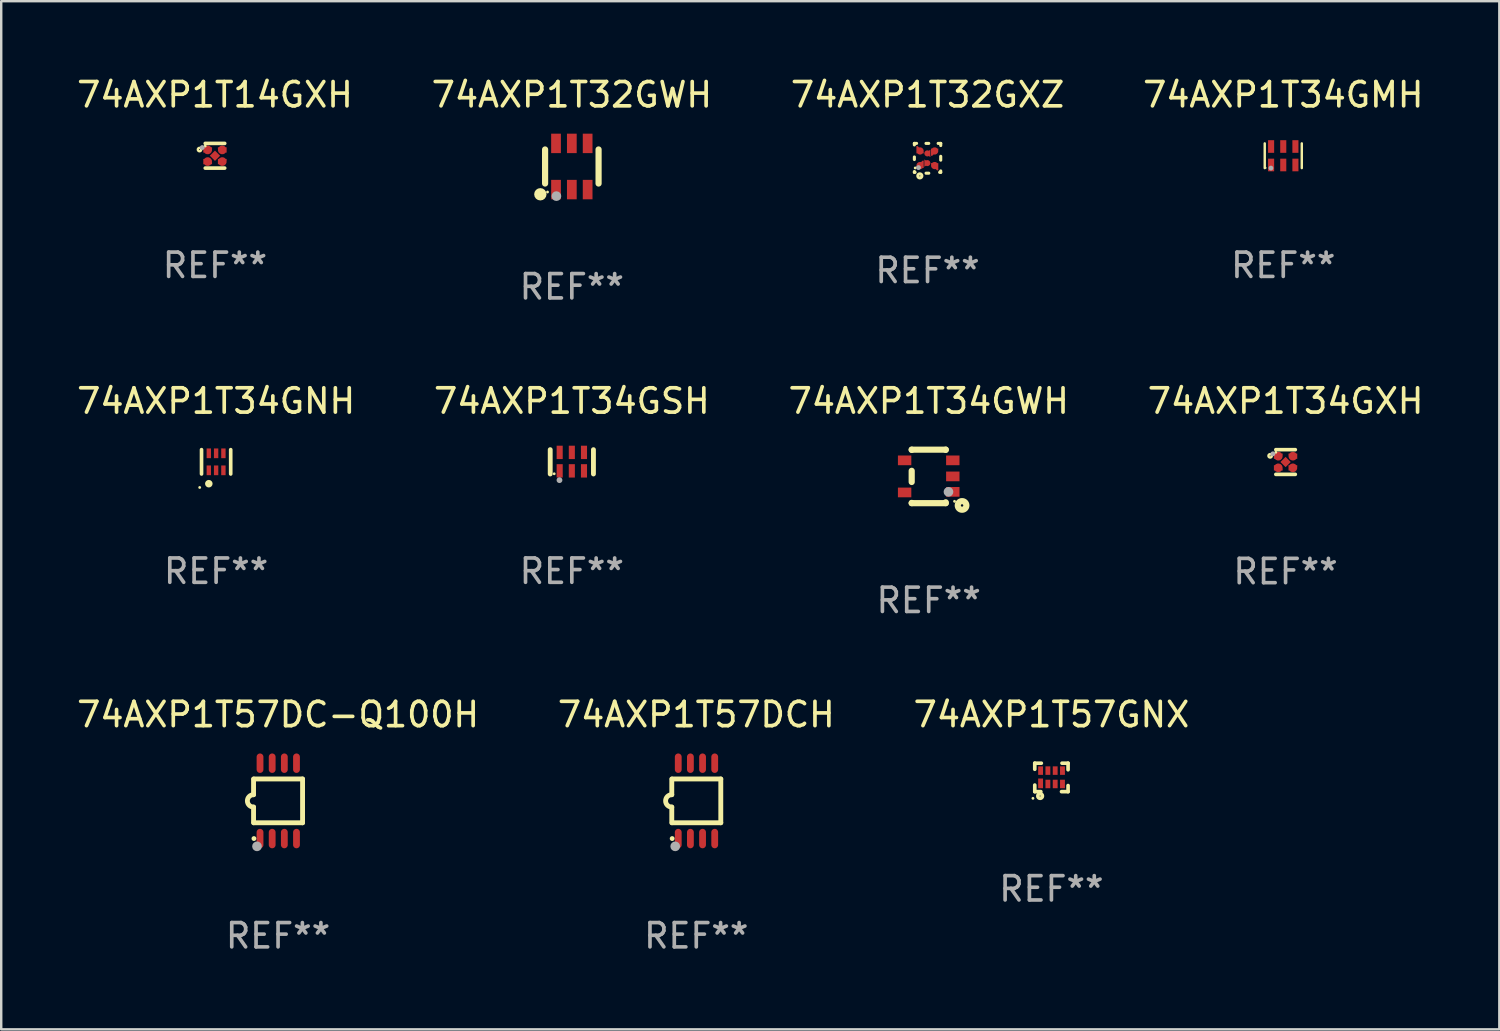
<source format=kicad_pcb>
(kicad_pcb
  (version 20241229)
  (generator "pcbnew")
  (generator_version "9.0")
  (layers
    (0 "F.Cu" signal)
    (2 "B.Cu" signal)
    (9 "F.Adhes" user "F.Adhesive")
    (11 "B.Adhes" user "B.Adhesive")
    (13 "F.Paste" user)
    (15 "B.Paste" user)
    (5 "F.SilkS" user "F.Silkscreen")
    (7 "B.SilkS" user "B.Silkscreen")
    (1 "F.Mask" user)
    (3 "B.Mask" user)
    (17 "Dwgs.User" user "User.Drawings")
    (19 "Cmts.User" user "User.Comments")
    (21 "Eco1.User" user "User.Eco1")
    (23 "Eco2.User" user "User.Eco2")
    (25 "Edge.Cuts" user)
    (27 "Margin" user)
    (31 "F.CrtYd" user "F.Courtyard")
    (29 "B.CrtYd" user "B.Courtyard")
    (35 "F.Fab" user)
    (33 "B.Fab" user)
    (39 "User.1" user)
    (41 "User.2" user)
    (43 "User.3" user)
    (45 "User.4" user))
  (footprint "74AXP1T34GMH"
    (layer "F.Cu")
    (at 49.732 3.356)
    (property "Reference" "74AXP1T34GMH" (at 0 -2.508 0) (layer "F.SilkS") (effects (font (size 1 1) (thickness 0.15))))
    (attr through_hole)
    (fp_line (start -0.762 -0.508) (end -0.762 0.508) (stroke (width 0.1) (type solid)) (layer "F.SilkS"))
    (fp_line (start 0.762 -0.508) (end 0.762 0.508) (stroke (width 0.1) (type solid)) (layer "F.SilkS"))
    (fp_circle (center -0.725 0.5) (end -0.705 0.5) (stroke (width 0.04) (type solid)) (fill no) (layer "F.SilkS"))
    (fp_circle (center -0.508 0.508) (end -0.458 0.508) (stroke (width 0.1) (type solid)) (fill no) (layer "F.Fab"))
    (fp_text user "REF**" (at 0 4.508 0) (layer "F.Fab") (effects (font (size 1 1) (thickness 0.15))))
    (pad "1" smd rect (at -0.5 0.38) (size 0.25 0.52) (layers "F.Cu" "F.Mask" "F.Paste"))
    (pad "2" smd rect (at -0.000127 0.38) (size 0.25 0.52) (layers "F.Cu" "F.Mask" "F.Paste"))
    (pad "3" smd rect (at 0.5 0.38) (size 0.25 0.52) (layers "F.Cu" "F.Mask" "F.Paste"))
    (pad "4" smd rect (at 0.5 -0.38 180) (size 0.25 0.52) (layers "F.Cu" "F.Mask" "F.Paste"))
    (pad "5" smd rect (at -0.000127 -0.38 180) (size 0.25 0.52) (layers "F.Cu" "F.Mask" "F.Paste"))
    (pad "6" smd rect (at -0.5 -0.38 180) (size 0.25 0.52) (layers "F.Cu" "F.Mask" "F.Paste")))
  (footprint "74AXP1T34GNH"
    (layer "F.Cu")
    (at 5.839 15.945)
    (property "Reference" "74AXP1T34GNH" (at 0 -2.5 0) (layer "F.SilkS") (effects (font (size 1 1) (thickness 0.15))))
    (attr through_hole)
    (fp_line (start -0.6 -0.5) (end -0.6 0.5) (stroke (width 0.15) (type solid)) (layer "F.SilkS"))
    (fp_line (start 0.6 0.5) (end 0.6 -0.5) (stroke (width 0.15) (type solid)) (layer "F.SilkS"))
    (fp_circle (center -0.675 1.055) (end -0.645 1.055) (stroke (width 0.06) (type solid)) (fill no) (layer "F.SilkS"))
    (fp_circle (center -0.3 0.9) (end -0.22 0.9) (stroke (width 0.15) (type solid)) (fill no) (layer "F.SilkS"))
    (fp_text user "REF**" (at 0 4.5 0) (layer "F.Fab") (effects (font (size 1 1) (thickness 0.15))))
    (pad "1" smd rect (at -0.3 0.35) (size 0.18 0.4) (layers "F.Cu" "F.Mask" "F.Paste"))
    (pad "2" smd rect (at 0.000025 0.35) (size 0.18 0.4) (layers "F.Cu" "F.Mask" "F.Paste"))
    (pad "3" smd rect (at 0.3 0.35) (size 0.18 0.4) (layers "F.Cu" "F.Mask" "F.Paste"))
    (pad "4" smd rect (at 0.3 -0.35) (size 0.18 0.4) (layers "F.Cu" "F.Mask" "F.Paste"))
    (pad "5" smd rect (at 0.000025 -0.35) (size 0.18 0.4) (layers "F.Cu" "F.Mask" "F.Paste"))
    (pad "6" smd rect (at -0.3 -0.35) (size 0.18 0.4) (layers "F.Cu" "F.Mask" "F.Paste")))
  (footprint "74AXP1T32GXZ"
    (layer "F.Cu")
    (at 35.101 3.461)
    (property "Reference" "74AXP1T32GXZ" (at 0 -2.613 0) (layer "F.SilkS") (effects (font (size 1 1) (thickness 0.15))))
    (attr through_hole)
    (fp_line (start -0.542 -0.613) (end -0.451 -0.613) (stroke (width 0.127) (type solid)) (layer "F.SilkS"))
    (fp_line (start -0.542 -0.55) (end -0.542 -0.613) (stroke (width 0.127) (type solid)) (layer "F.SilkS"))
    (fp_line (start -0.542 0.05) (end -0.542 -0.055) (stroke (width 0.127) (type solid)) (layer "F.SilkS"))
    (fp_line (start -0.542 0.577) (end -0.542 0.545) (stroke (width 0.127) (type solid)) (layer "F.SilkS"))
    (fp_line (start -0.512 0.577) (end -0.542 0.577) (stroke (width 0.127) (type solid)) (layer "F.SilkS"))
    (fp_line (start -0.064 -0.613) (end 0.049 -0.613) (stroke (width 0.127) (type solid)) (layer "F.SilkS"))
    (fp_line (start -0.062 0.613) (end 0.051 0.613) (stroke (width 0.127) (type solid)) (layer "F.SilkS"))
    (fp_line (start 0.436 -0.613) (end 0.542 -0.613) (stroke (width 0.127) (type solid)) (layer "F.SilkS"))
    (fp_line (start 0.542 -0.613) (end 0.542 -0.524) (stroke (width 0.127) (type solid)) (layer "F.SilkS"))
    (fp_line (start 0.542 -0.081) (end 0.542 0.076) (stroke (width 0.127) (type solid)) (layer "F.SilkS"))
    (fp_line (start 0.542 0.519) (end 0.542 0.577) (stroke (width 0.127) (type solid)) (layer "F.SilkS"))
    (fp_line (start 0.542 0.577) (end 0.497 0.577) (stroke (width 0.127) (type solid)) (layer "F.SilkS"))
    (fp_circle (center -0.508 0.397) (end -0.478 0.397) (stroke (width 0.06) (type solid)) (fill no) (layer "F.SilkS"))
    (fp_circle (center -0.317 0.723) (end -0.296 0.723) (stroke (width 0.127) (type solid)) (fill no) (layer "F.SilkS"))
    (fp_circle (center -0.373 0.382) (end -0.322 0.382) (stroke (width 0.1) (type solid)) (fill no) (layer "F.Fab"))
    (fp_text user "REF**" (at 0 4.613 0) (layer "F.Fab") (effects (font (size 1 1) (thickness 0.15))))
    (pad "1" smd custom (at -0.308 0.298 90) (size 0.3 0.3) (layers "F.Cu" "F.Mask" "F.Paste") (options (anchor circle)) (primitives (gr_poly (pts (xy -0.1 0.15) (xy 0.2 0.15) (xy 0.2 0.1) (xy -0.05 -0.15) (xy -0.1 -0.15)) (width 0) (fill yes))))
    (pad "2" smd custom (at -0.008 0.197 90) (size 0.25 0.3) (layers "F.Cu" "F.Mask" "F.Paste") (options (anchor circle)) (primitives (gr_poly (pts (xy -0.15 -0.125) (xy 0.15 -0.125) (xy 0.000076 0.125)) (width 0) (fill yes))))
    (pad "3" smd custom (at 0.292 0.298 90) (size 0.3 0.3) (layers "F.Cu" "F.Mask" "F.Paste") (options (anchor circle)) (primitives (gr_poly (pts (xy 0.1 0.15) (xy 0.1 -0.15) (xy 0.05 -0.15) (xy -0.2 0.1) (xy -0.2 0.15)) (width 0) (fill yes))))
    (pad "4" smd custom (at 0.292 -0.302 90) (size 0.3 0.3) (layers "F.Cu" "F.Mask" "F.Paste") (options (anchor circle)) (primitives (gr_poly (pts (xy 0.1 -0.15) (xy -0.2 -0.15) (xy -0.2 -0.1) (xy 0.05 0.15) (xy 0.1 0.15)) (width 0) (fill yes))))
    (pad "5" smd custom (at -0.008 -0.202 90) (size 0.25 0.3) (layers "F.Cu" "F.Mask" "F.Paste") (options (anchor circle)) (primitives (gr_poly (pts (xy -0.15 0.125) (xy 0.15 0.125) (xy 0.000051 -0.125)) (width 0) (fill yes))))
    (pad "6" smd custom (at -0.308 -0.302 90) (size 0.3 0.3) (layers "F.Cu" "F.Mask" "F.Paste") (options (anchor circle)) (primitives (gr_poly (pts (xy -0.1 -0.15) (xy 0.2 -0.15) (xy 0.2 -0.1) (xy -0.05 0.15) (xy -0.1 0.15)) (width 0) (fill yes)))))
  (footprint "74AXP1T14GXH"
    (layer "F.Cu")
    (at 5.792 3.356)
    (property "Reference" "74AXP1T14GXH" (at 0 -2.508 0) (layer "F.SilkS") (effects (font (size 1 1) (thickness 0.15))))
    (attr through_hole)
    (fp_line (start 0.4 -0.508) (end -0.4 -0.508) (stroke (width 0.15) (type solid)) (layer "F.SilkS"))
    (fp_line (start 0.4 0.508) (end -0.4 0.508) (stroke (width 0.15) (type solid)) (layer "F.SilkS"))
    (fp_circle (center -0.635 -0.254) (end -0.615 -0.254) (stroke (width 0.1) (type solid)) (fill no) (layer "F.SilkS"))
    (fp_circle (center -0.401 -0.4) (end -0.371 -0.4) (stroke (width 0.06) (type solid)) (fill no) (layer "F.SilkS"))
    (fp_circle (center -0.523 -0.337) (end -0.473 -0.337) (stroke (width 0.1) (type solid)) (fill no) (layer "F.Fab"))
    (fp_text user "REF**" (at 0 4.508 0) (layer "F.Fab") (effects (font (size 1 1) (thickness 0.15))))
    (pad "1" smd custom (at -0.3 -0.24) (size 0.36 0.22) (layers "F.Cu" "F.Mask" "F.Paste") (options (anchor circle)) (primitives (gr_poly (pts (xy -0.18 -0.11) (xy -0.18 0.11) (xy 0.000127 0.11) (xy 0.18 -0.03) (xy 0.18 -0.11) (xy -0.18 -0.11)) (width 0) (fill yes))))
    (pad "2" smd custom (at -0.3 0.24) (size 0.36 0.22) (layers "F.Cu" "F.Mask" "F.Paste") (options (anchor circle)) (primitives (gr_poly (pts (xy -0.18 0.11) (xy -0.18 -0.11) (xy 0.000127 -0.11) (xy 0.18 0.03) (xy 0.18 0.11) (xy -0.18 0.11)) (width 0) (fill yes))))
    (pad "3" smd rect (at 0.000102 -0.000127 45) (size 0.3 0.3) (layers "F.Cu" "F.Mask" "F.Paste"))
    (pad "4" smd custom (at 0.3 0.24 180) (size 0.36 0.22) (layers "F.Cu" "F.Mask" "F.Paste") (options (anchor circle)) (primitives (gr_poly (pts (xy 0.18 0.11) (xy 0.18 -0.11) (xy -0.000178 -0.11) (xy -0.18 0.03) (xy -0.18 0.11) (xy 0.18 0.11)) (width 0) (fill yes))))
    (pad "5" smd custom (at 0.3 -0.24) (size 0.36 0.22) (layers "F.Cu" "F.Mask" "F.Paste") (options (anchor circle)) (primitives (gr_poly (pts (xy 0.18 -0.11) (xy 0.18 0.11) (xy -0.000152 0.11) (xy -0.18 -0.03) (xy -0.18 -0.11) (xy 0.18 -0.11)) (width 0) (fill yes)))))
  (footprint "74AXP1T57DCH"
    (layer "F.Cu")
    (at 25.589 29.891)
    (property "Reference" "74AXP1T57DCH" (at 0 -3.55 0) (layer "F.SilkS") (effects (font (size 1 1) (thickness 0.15))))
    (attr through_hole)
    (fp_line (start -1.008 -0.254) (end -1.008 -0.9) (stroke (width 0.2) (type solid)) (layer "F.SilkS"))
    (fp_line (start -1.008 0.254) (end -1.008 0.9) (stroke (width 0.2) (type solid)) (layer "F.SilkS"))
    (fp_line (start -0.992 0.9) (end 1.008 0.9) (stroke (width 0.2) (type solid)) (layer "F.SilkS"))
    (fp_line (start 1.008 -0.9) (end -0.992 -0.9) (stroke (width 0.2) (type solid)) (layer "F.SilkS"))
    (fp_line (start 1.008 0.9) (end 1.008 -0.9) (stroke (width 0.2) (type solid)) (layer "F.SilkS"))
    (fp_arc (start -1.008001 0.254001) (mid -1.262002 0) (end -1.008001 -0.254001) (stroke (width 0.2) (type solid)) (layer "F.SilkS"))
    (fp_circle (center -0.992 1.55) (end -0.942 1.55) (stroke (width 0.1) (type solid)) (fill no) (layer "F.SilkS"))
    (fp_circle (center -0.866 1.87) (end -0.766 1.87) (stroke (width 0.2) (type solid)) (fill no) (layer "F.Fab"))
    (fp_text user "REF**" (at 0 5.55 0) (layer "F.Fab") (effects (font (size 1 1) (thickness 0.15))))
    (pad "1" smd oval (at -0.742 1.55 270) (size 0.8 0.28) (layers "F.Cu" "F.Mask" "F.Paste"))
    (pad "2" smd oval (at -0.242 1.55 270) (size 0.8 0.28) (layers "F.Cu" "F.Mask" "F.Paste"))
    (pad "3" smd oval (at 0.258 1.55 270) (size 0.8 0.28) (layers "F.Cu" "F.Mask" "F.Paste"))
    (pad "4" smd oval (at 0.758 1.55 270) (size 0.8 0.28) (layers "F.Cu" "F.Mask" "F.Paste"))
    (pad "5" smd oval (at 0.758 -1.55 270) (size 0.8 0.28) (layers "F.Cu" "F.Mask" "F.Paste"))
    (pad "6" smd oval (at 0.258 -1.55 270) (size 0.8 0.28) (layers "F.Cu" "F.Mask" "F.Paste"))
    (pad "7" smd oval (at -0.242 -1.55 270) (size 0.8 0.28) (layers "F.Cu" "F.Mask" "F.Paste"))
    (pad "8" smd oval (at -0.742 -1.55 270) (size 0.8 0.28) (layers "F.Cu" "F.Mask" "F.Paste")))
  (footprint "74AXP1T34GSH"
    (layer "F.Cu")
    (at 20.47 15.945)
    (property "Reference" "74AXP1T34GSH" (at 0 -2.5 0) (layer "F.SilkS") (effects (font (size 1 1) (thickness 0.15))))
    (attr through_hole)
    (fp_line (start -0.889 0.5) (end -0.889 -0.5) (stroke (width 0.2) (type solid)) (layer "F.SilkS"))
    (fp_line (start 0.889 0.5) (end 0.889 -0.5) (stroke (width 0.2) (type solid)) (layer "F.SilkS"))
    (fp_circle (center -0.725 0.492) (end -0.695 0.492) (stroke (width 0.06) (type solid)) (fill no) (layer "F.SilkS"))
    (fp_circle (center -0.508 0.754) (end -0.448 0.754) (stroke (width 0.12) (type solid)) (fill no) (layer "F.Fab"))
    (fp_text user "REF**" (at 0 4.5 0) (layer "F.Fab") (effects (font (size 1 1) (thickness 0.15))))
    (pad "1" smd rect (at -0.5 0.372) (size 0.25 0.55) (layers "F.Cu" "F.Mask" "F.Paste"))
    (pad "2" smd rect (at -0.000127 0.372) (size 0.25 0.55) (layers "F.Cu" "F.Mask" "F.Paste"))
    (pad "3" smd rect (at 0.5 0.372) (size 0.25 0.55) (layers "F.Cu" "F.Mask" "F.Paste"))
    (pad "4" smd rect (at 0.5 -0.388 180) (size 0.25 0.55) (layers "F.Cu" "F.Mask" "F.Paste"))
    (pad "5" smd rect (at -0.000127 -0.388 180) (size 0.25 0.55) (layers "F.Cu" "F.Mask" "F.Paste"))
    (pad "6" smd rect (at -0.5 -0.388 180) (size 0.25 0.55) (layers "F.Cu" "F.Mask" "F.Paste")))
  (footprint "74AXP1T32GWH"
    (layer "F.Cu")
    (at 20.47 3.798)
    (property "Reference" "74AXP1T32GWH" (at 0 -2.95 0) (layer "F.SilkS") (effects (font (size 1 1) (thickness 0.15))))
    (attr through_hole)
    (fp_line (start -1.1 -0.7) (end -1.1 0.7) (stroke (width 0.254) (type solid)) (layer "F.SilkS"))
    (fp_line (start 1.1 -0.7) (end 1.1 0.7) (stroke (width 0.254) (type solid)) (layer "F.SilkS"))
    (fp_circle (center -1.295 1.143) (end -1.168 1.143) (stroke (width 0.254) (type solid)) (fill no) (layer "F.SilkS"))
    (fp_circle (center -1 1.05) (end -0.97 1.05) (stroke (width 0.06) (type solid)) (fill no) (layer "F.SilkS"))
    (fp_circle (center -0.635 1.219) (end -0.535 1.219) (stroke (width 0.2) (type solid)) (fill no) (layer "F.Fab"))
    (fp_text user "REF**" (at 0 4.95 0) (layer "F.Fab") (effects (font (size 1 1) (thickness 0.15))))
    (pad "1" smd rect (at -0.65 0.95) (size 0.4 0.8) (layers "F.Cu" "F.Mask" "F.Paste"))
    (pad "2" smd rect (at 0 0.95) (size 0.4 0.8) (layers "F.Cu" "F.Mask" "F.Paste"))
    (pad "3" smd rect (at 0.65 0.95) (size 0.4 0.8) (layers "F.Cu" "F.Mask" "F.Paste"))
    (pad "4" smd rect (at 0.65 -0.95) (size 0.4 0.8) (layers "F.Cu" "F.Mask" "F.Paste"))
    (pad "5" smd rect (at 0 -0.95) (size 0.4 0.8) (layers "F.Cu" "F.Mask" "F.Paste"))
    (pad "6" smd rect (at -0.65 -0.95) (size 0.4 0.8) (layers "F.Cu" "F.Mask" "F.Paste")))
  (footprint "74AXP1T34GXH"
    (layer "F.Cu")
    (at 49.827 15.953)
    (property "Reference" "74AXP1T34GXH" (at 0 -2.508 0) (layer "F.SilkS") (effects (font (size 1 1) (thickness 0.15))))
    (attr through_hole)
    (fp_line (start 0.4 -0.508) (end -0.4 -0.508) (stroke (width 0.15) (type solid)) (layer "F.SilkS"))
    (fp_line (start 0.4 0.508) (end -0.4 0.508) (stroke (width 0.15) (type solid)) (layer "F.SilkS"))
    (fp_circle (center -0.635 -0.254) (end -0.615 -0.254) (stroke (width 0.1) (type solid)) (fill no) (layer "F.SilkS"))
    (fp_circle (center -0.401 -0.4) (end -0.371 -0.4) (stroke (width 0.06) (type solid)) (fill no) (layer "F.SilkS"))
    (fp_circle (center -0.523 -0.337) (end -0.473 -0.337) (stroke (width 0.1) (type solid)) (fill no) (layer "F.Fab"))
    (fp_text user "REF**" (at 0 4.508 0) (layer "F.Fab") (effects (font (size 1 1) (thickness 0.15))))
    (pad "1" smd custom (at -0.3 -0.24) (size 0.36 0.22) (layers "F.Cu" "F.Mask" "F.Paste") (options (anchor circle)) (primitives (gr_poly (pts (xy -0.18 -0.11) (xy -0.18 0.11) (xy 0.000127 0.11) (xy 0.18 -0.03) (xy 0.18 -0.11) (xy -0.18 -0.11)) (width 0) (fill yes))))
    (pad "2" smd custom (at -0.3 0.24) (size 0.36 0.22) (layers "F.Cu" "F.Mask" "F.Paste") (options (anchor circle)) (primitives (gr_poly (pts (xy -0.18 0.11) (xy -0.18 -0.11) (xy 0.000127 -0.11) (xy 0.18 0.03) (xy 0.18 0.11) (xy -0.18 0.11)) (width 0) (fill yes))))
    (pad "3" smd rect (at 0.000102 -0.000127 45) (size 0.3 0.3) (layers "F.Cu" "F.Mask" "F.Paste"))
    (pad "4" smd custom (at 0.3 0.24 180) (size 0.36 0.22) (layers "F.Cu" "F.Mask" "F.Paste") (options (anchor circle)) (primitives (gr_poly (pts (xy 0.18 0.11) (xy 0.18 -0.11) (xy -0.000178 -0.11) (xy -0.18 0.03) (xy -0.18 0.11) (xy 0.18 0.11)) (width 0) (fill yes))))
    (pad "5" smd custom (at 0.3 -0.24) (size 0.36 0.22) (layers "F.Cu" "F.Mask" "F.Paste") (options (anchor circle)) (primitives (gr_poly (pts (xy 0.18 -0.11) (xy 0.18 0.11) (xy -0.000152 0.11) (xy -0.18 -0.03) (xy -0.18 -0.11) (xy 0.18 -0.11)) (width 0) (fill yes)))))
  (footprint "74AXP1T57DC-Q100H"
    (layer "F.Cu")
    (at 8.387 29.891)
    (property "Reference" "74AXP1T57DC-Q100H" (at 0 -3.55 0) (layer "F.SilkS") (effects (font (size 1 1) (thickness 0.15))))
    (attr through_hole)
    (fp_line (start -1.008 -0.254) (end -1.008 -0.9) (stroke (width 0.2) (type solid)) (layer "F.SilkS"))
    (fp_line (start -1.008 0.254) (end -1.008 0.9) (stroke (width 0.2) (type solid)) (layer "F.SilkS"))
    (fp_line (start -0.992 0.9) (end 1.008 0.9) (stroke (width 0.2) (type solid)) (layer "F.SilkS"))
    (fp_line (start 1.008 -0.9) (end -0.992 -0.9) (stroke (width 0.2) (type solid)) (layer "F.SilkS"))
    (fp_line (start 1.008 0.9) (end 1.008 -0.9) (stroke (width 0.2) (type solid)) (layer "F.SilkS"))
    (fp_arc (start -1.008001 0.254001) (mid -1.262002 0) (end -1.008001 -0.254001) (stroke (width 0.2) (type solid)) (layer "F.SilkS"))
    (fp_circle (center -0.992 1.55) (end -0.942 1.55) (stroke (width 0.1) (type solid)) (fill no) (layer "F.SilkS"))
    (fp_circle (center -0.866 1.87) (end -0.766 1.87) (stroke (width 0.2) (type solid)) (fill no) (layer "F.Fab"))
    (fp_text user "REF**" (at 0 5.55 0) (layer "F.Fab") (effects (font (size 1 1) (thickness 0.15))))
    (pad "1" smd oval (at -0.742 1.55 270) (size 0.8 0.28) (layers "F.Cu" "F.Mask" "F.Paste"))
    (pad "2" smd oval (at -0.242 1.55 270) (size 0.8 0.28) (layers "F.Cu" "F.Mask" "F.Paste"))
    (pad "3" smd oval (at 0.258 1.55 270) (size 0.8 0.28) (layers "F.Cu" "F.Mask" "F.Paste"))
    (pad "4" smd oval (at 0.758 1.55 270) (size 0.8 0.28) (layers "F.Cu" "F.Mask" "F.Paste"))
    (pad "5" smd oval (at 0.758 -1.55 270) (size 0.8 0.28) (layers "F.Cu" "F.Mask" "F.Paste"))
    (pad "6" smd oval (at 0.258 -1.55 270) (size 0.8 0.28) (layers "F.Cu" "F.Mask" "F.Paste"))
    (pad "7" smd oval (at -0.242 -1.55 270) (size 0.8 0.28) (layers "F.Cu" "F.Mask" "F.Paste"))
    (pad "8" smd oval (at -0.742 -1.55 270) (size 0.8 0.28) (layers "F.Cu" "F.Mask" "F.Paste")))
  (footprint "74AXP1T57GNX"
    (layer "F.Cu")
    (at 40.196 28.926)
    (property "Reference" "74AXP1T57GNX" (at 0 -2.585 0) (layer "F.SilkS") (effects (font (size 1 1) (thickness 0.15))))
    (attr through_hole)
    (fp_line (start -0.685 -0.585) (end -0.415 -0.585) (stroke (width 0.15) (type solid)) (layer "F.SilkS"))
    (fp_line (start -0.685 -0.335) (end -0.685 -0.585) (stroke (width 0.15) (type solid)) (layer "F.SilkS"))
    (fp_line (start -0.685 0.585) (end -0.685 0.315) (stroke (width 0.15) (type solid)) (layer "F.SilkS"))
    (fp_line (start -0.435 0.585) (end -0.685 0.585) (stroke (width 0.15) (type solid)) (layer "F.SilkS"))
    (fp_line (start 0.435 -0.585) (end 0.685 -0.585) (stroke (width 0.15) (type solid)) (layer "F.SilkS"))
    (fp_line (start 0.685 -0.585) (end 0.685 -0.315) (stroke (width 0.15) (type solid)) (layer "F.SilkS"))
    (fp_line (start 0.685 0.335) (end 0.685 0.585) (stroke (width 0.15) (type solid)) (layer "F.SilkS"))
    (fp_line (start 0.685 0.585) (end 0.415 0.585) (stroke (width 0.15) (type solid)) (layer "F.SilkS"))
    (fp_circle (center -0.76 0.86) (end -0.73 0.86) (stroke (width 0.06) (type solid)) (fill no) (layer "F.SilkS"))
    (fp_circle (center -0.465 0.765) (end -0.445 0.765) (stroke (width 0.15) (type solid)) (fill no) (layer "F.SilkS"))
    (fp_text user "REF**" (at 0 4.585 0) (layer "F.Fab") (effects (font (size 1 1) (thickness 0.15))))
    (pad "1" smd rect (at -0.445 0.245) (size 0.2 0.4) (layers "F.Cu" "F.Mask" "F.Paste"))
    (pad "2" smd rect (at -0.145 0.27) (size 0.2 0.35) (layers "F.Cu" "F.Mask" "F.Paste"))
    (pad "3" smd rect (at 0.155 0.27) (size 0.2 0.35) (layers "F.Cu" "F.Mask" "F.Paste"))
    (pad "4" smd rect (at 0.455 0.27) (size 0.2 0.35) (layers "F.Cu" "F.Mask" "F.Paste"))
    (pad "5" smd rect (at 0.455 -0.28) (size 0.2 0.35) (layers "F.Cu" "F.Mask" "F.Paste"))
    (pad "6" smd rect (at 0.155 -0.28) (size 0.2 0.35) (layers "F.Cu" "F.Mask" "F.Paste"))
    (pad "7" smd rect (at -0.145 -0.28) (size 0.2 0.35) (layers "F.Cu" "F.Mask" "F.Paste"))
    (pad "8" smd rect (at -0.445 -0.28) (size 0.2 0.35) (layers "F.Cu" "F.Mask" "F.Paste")))
  (footprint "74AXP1T34GWH"
    (layer "F.Cu")
    (at 35.149 16.545)
    (property "Reference" "74AXP1T34GWH" (at 0 -3.1 0) (layer "F.SilkS") (effects (font (size 1 1) (thickness 0.15))))
    (attr through_hole)
    (fp_line (start -0.7 -1.1) (end 0.7 -1.1) (stroke (width 0.254) (type solid)) (layer "F.SilkS"))
    (fp_line (start -0.7 -1.09) (end -0.7 -1.1) (stroke (width 0.254) (type solid)) (layer "F.SilkS"))
    (fp_line (start -0.7 0.23) (end -0.7 -0.23) (stroke (width 0.254) (type solid)) (layer "F.SilkS"))
    (fp_line (start -0.7 1.1) (end -0.7 1.09) (stroke (width 0.254) (type solid)) (layer "F.SilkS"))
    (fp_line (start -0.7 1.1) (end 0.7 1.1) (stroke (width 0.254) (type solid)) (layer "F.SilkS"))
    (fp_line (start 0.7 -1.09) (end 0.7 -1.1) (stroke (width 0.254) (type solid)) (layer "F.SilkS"))
    (fp_line (start 0.7 1.1) (end 0.7 1.065) (stroke (width 0.254) (type solid)) (layer "F.SilkS"))
    (fp_circle (center 1.062 1.025) (end 1.092 1.025) (stroke (width 0.06) (type solid)) (fill no) (layer "F.SilkS"))
    (fp_circle (center 1.372 1.194) (end 1.422 1.194) (stroke (width 0.254) (type solid)) (fill no) (layer "F.SilkS"))
    (fp_circle (center 0.813 0.635) (end 0.913 0.635) (stroke (width 0.2) (type solid)) (fill no) (layer "F.Fab"))
    (fp_text user "REF**" (at 0 5.1 0) (layer "F.Fab") (effects (font (size 1 1) (thickness 0.15))))
    (pad "1" smd rect (at 0.991 0.635 270) (size 0.399 0.551) (layers "F.Cu" "F.Mask" "F.Paste"))
    (pad "2" smd rect (at 0.991 0.000051 270) (size 0.399 0.551) (layers "F.Cu" "F.Mask" "F.Paste"))
    (pad "3" smd rect (at 0.991 -0.66 270) (size 0.399 0.551) (layers "F.Cu" "F.Mask" "F.Paste"))
    (pad "4" smd rect (at -0.991 -0.66 270) (size 0.399 0.551) (layers "F.Cu" "F.Mask" "F.Paste"))
    (pad "5" smd rect (at -0.991 0.66 270) (size 0.399 0.551) (layers "F.Cu" "F.Mask" "F.Paste")))
  (gr_rect
    (start -3 -3)
    (end 58.619 39.289)
    (stroke (width 0.1) (type default))
    (fill no)
    (layer "Edge.Cuts")))
</source>
